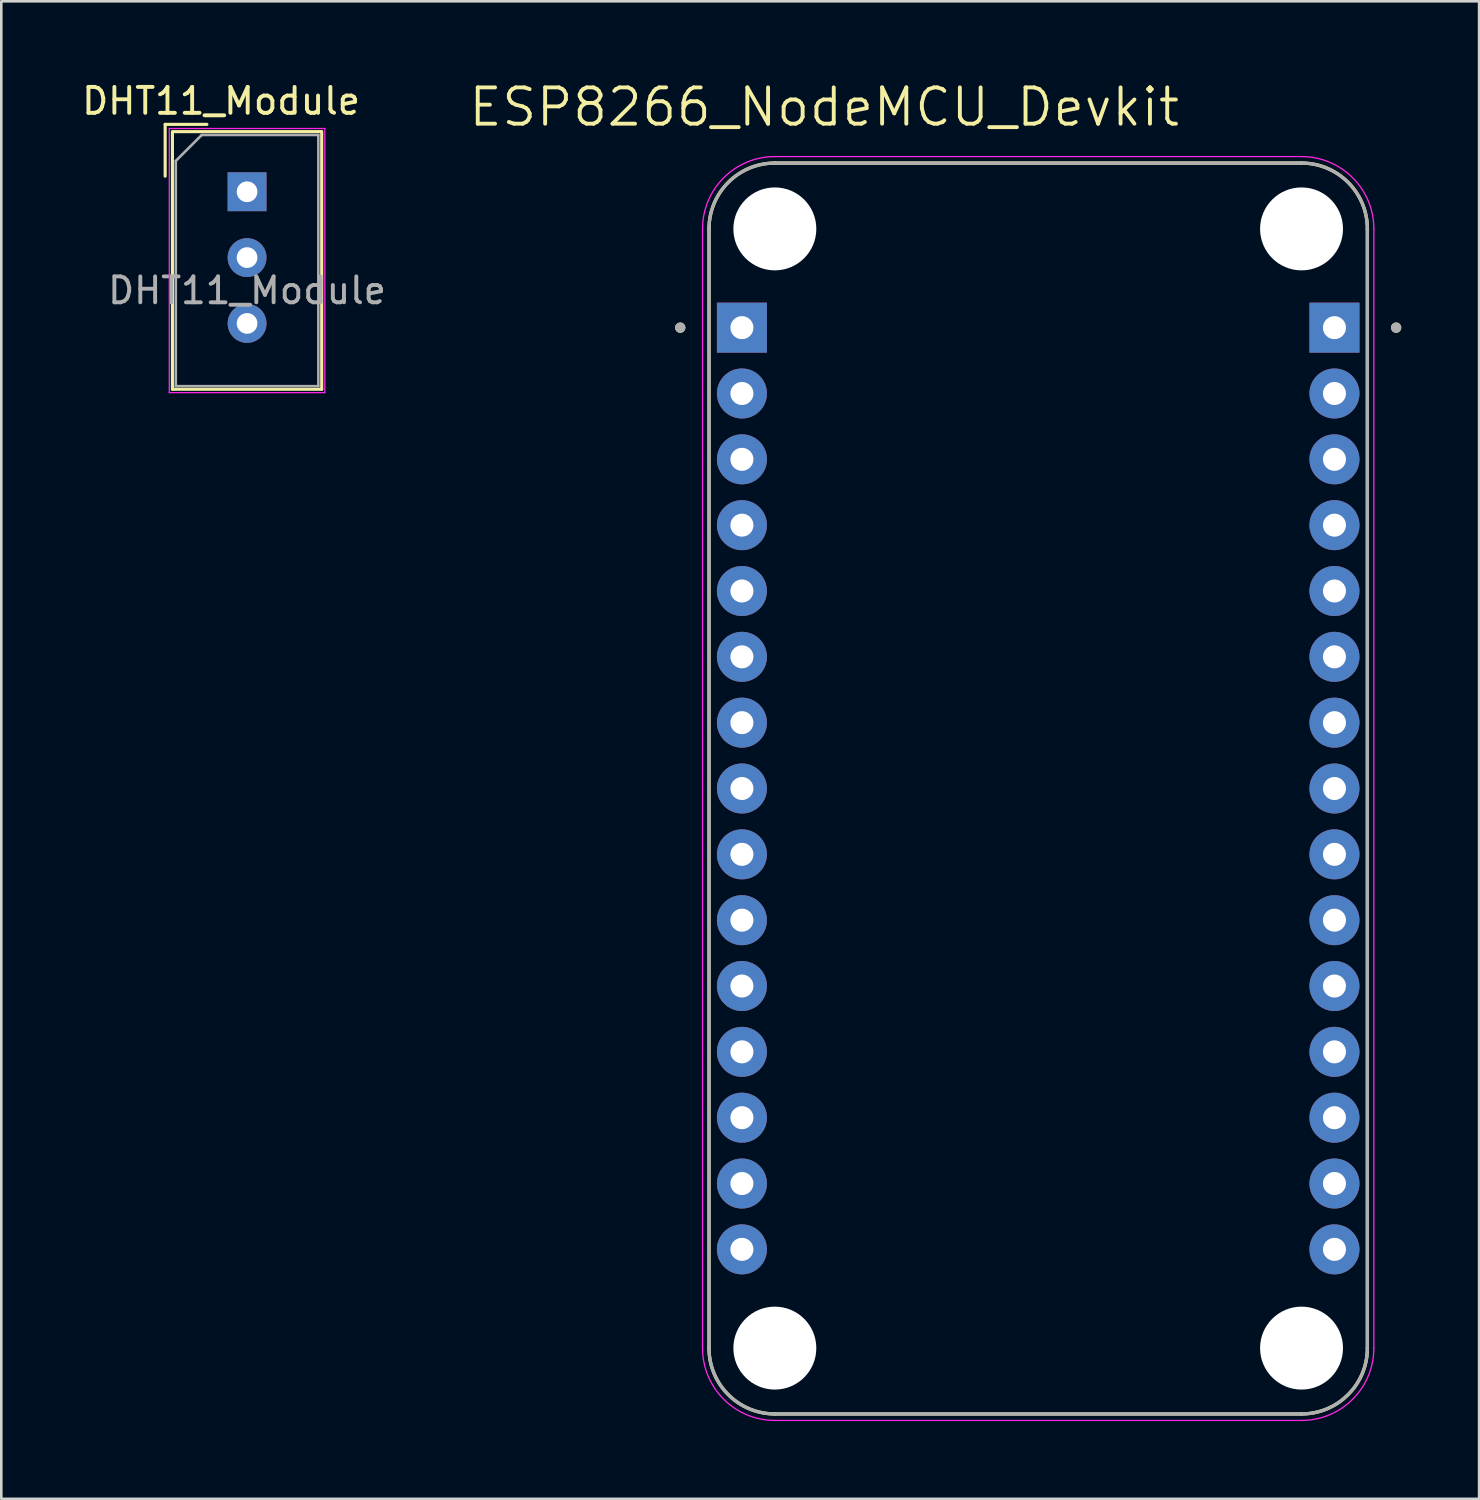
<source format=kicad_pcb>
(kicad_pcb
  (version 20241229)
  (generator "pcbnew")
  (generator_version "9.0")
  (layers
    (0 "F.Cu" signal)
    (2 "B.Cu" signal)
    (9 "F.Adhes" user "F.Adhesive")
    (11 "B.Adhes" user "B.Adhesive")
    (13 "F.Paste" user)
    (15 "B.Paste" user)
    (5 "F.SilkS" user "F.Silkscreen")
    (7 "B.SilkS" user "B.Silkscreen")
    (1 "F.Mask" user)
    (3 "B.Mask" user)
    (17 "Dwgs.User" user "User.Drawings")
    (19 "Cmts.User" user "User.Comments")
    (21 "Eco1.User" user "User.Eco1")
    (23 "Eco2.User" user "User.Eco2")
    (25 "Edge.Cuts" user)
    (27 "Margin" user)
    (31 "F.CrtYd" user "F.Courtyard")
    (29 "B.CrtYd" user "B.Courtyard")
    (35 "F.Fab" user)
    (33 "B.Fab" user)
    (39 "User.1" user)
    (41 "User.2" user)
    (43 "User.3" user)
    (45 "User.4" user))
  (footprint "ESP8266_NodeMCU_Devkit"
    (layer "F.Cu")
    (at 37.004 27.371)
    (property "Reference" "ESP8266_NodeMCU_Devkit" (at -8.255 -26.289 0) (layer "F.SilkS") (effects (font (size 1.4 1.4) (thickness 0.15))))
    (attr through_hole)
    (fp_line (start -12.7 21.59) (end -12.7 -21.59) (stroke (width 0.127) (type solid)) (layer "F.SilkS"))
    (fp_line (start -10.16 -24.13) (end 10.16 -24.13) (stroke (width 0.127) (type solid)) (layer "F.SilkS"))
    (fp_line (start 10.16 24.13) (end -10.16 24.13) (stroke (width 0.127) (type solid)) (layer "F.SilkS"))
    (fp_line (start 12.7 -21.59) (end 12.7 21.59) (stroke (width 0.127) (type solid)) (layer "F.SilkS"))
    (fp_arc (start -12.7 -21.59) (mid -11.956051 -23.386051) (end -10.16 -24.13) (stroke (width 0.127) (type solid)) (layer "F.SilkS"))
    (fp_arc (start -10.16 24.13) (mid -11.956051 23.386051) (end -12.7 21.59) (stroke (width 0.127) (type solid)) (layer "F.SilkS"))
    (fp_arc (start 10.16 -24.13) (mid 11.956051 -23.386051) (end 12.7 -21.59) (stroke (width 0.127) (type solid)) (layer "F.SilkS"))
    (fp_arc (start 12.7 21.59) (mid 11.956051 23.386051) (end 10.16 24.13) (stroke (width 0.127) (type solid)) (layer "F.SilkS"))
    (fp_circle (center -13.81 -17.78) (end -13.71 -17.78) (stroke (width 0.2) (type solid)) (fill no) (layer "F.SilkS"))
    (fp_circle (center 13.81 -17.78) (end 13.91 -17.78) (stroke (width 0.2) (type solid)) (fill no) (layer "F.SilkS"))
    (fp_line (start -12.95 21.59) (end -12.95 -21.59) (stroke (width 0.05) (type solid)) (layer "F.CrtYd"))
    (fp_line (start -10.16 -24.38) (end 10.16 -24.38) (stroke (width 0.05) (type solid)) (layer "F.CrtYd"))
    (fp_line (start 10.16 24.38) (end -10.16 24.38) (stroke (width 0.05) (type solid)) (layer "F.CrtYd"))
    (fp_line (start 12.95 -21.59) (end 12.95 21.59) (stroke (width 0.05) (type solid)) (layer "F.CrtYd"))
    (fp_arc (start -12.95 -21.59) (mid -12.132828 -23.562828) (end -10.16 -24.38) (stroke (width 0.05) (type solid)) (layer "F.CrtYd"))
    (fp_arc (start -10.16 24.38) (mid -12.132828 23.562828) (end -12.95 21.59) (stroke (width 0.05) (type solid)) (layer "F.CrtYd"))
    (fp_arc (start 10.16 -24.38) (mid 12.132828 -23.562828) (end 12.95 -21.59) (stroke (width 0.05) (type solid)) (layer "F.CrtYd"))
    (fp_arc (start 12.95 21.59) (mid 12.132828 23.562828) (end 10.16 24.38) (stroke (width 0.05) (type solid)) (layer "F.CrtYd"))
    (fp_line (start -12.7 21.59) (end -12.7 -21.59) (stroke (width 0.127) (type solid)) (layer "F.Fab"))
    (fp_line (start -10.16 -24.13) (end 10.16 -24.13) (stroke (width 0.127) (type solid)) (layer "F.Fab"))
    (fp_line (start 10.16 24.13) (end -10.16 24.13) (stroke (width 0.127) (type solid)) (layer "F.Fab"))
    (fp_line (start 12.7 -21.59) (end 12.7 21.59) (stroke (width 0.127) (type solid)) (layer "F.Fab"))
    (fp_arc (start -12.7 -21.59) (mid -11.956051 -23.386051) (end -10.16 -24.13) (stroke (width 0.127) (type solid)) (layer "F.Fab"))
    (fp_arc (start -10.16 24.13) (mid -11.956051 23.386051) (end -12.7 21.59) (stroke (width 0.127) (type solid)) (layer "F.Fab"))
    (fp_arc (start 10.16 -24.13) (mid 11.956051 -23.386051) (end 12.7 -21.59) (stroke (width 0.127) (type solid)) (layer "F.Fab"))
    (fp_arc (start 12.7 21.59) (mid 11.956051 23.386051) (end 10.16 24.13) (stroke (width 0.127) (type solid)) (layer "F.Fab"))
    (fp_circle (center -13.81 -17.78) (end -13.71 -17.78) (stroke (width 0.2) (type solid)) (fill no) (layer "F.Fab"))
    (fp_circle (center 13.81 -17.78) (end 13.91 -17.78) (stroke (width 0.2) (type solid)) (fill no) (layer "F.Fab"))
    (pad "" np_thru_hole circle (at -10.16 -21.59) (size 3.2 3.2) (drill 3.2) (layers "*.Cu" "*.Mask"))
    (pad "" np_thru_hole circle (at -10.16 21.59) (size 3.2 3.2) (drill 3.2) (layers "*.Cu" "*.Mask"))
    (pad "" np_thru_hole circle (at 10.16 -21.59) (size 3.2 3.2) (drill 3.2) (layers "*.Cu" "*.Mask"))
    (pad "" np_thru_hole circle (at 10.16 21.59) (size 3.2 3.2) (drill 3.2) (layers "*.Cu" "*.Mask"))
    (pad "J1_1" thru_hole rect (at -11.43 -17.78) (size 1.93 1.93) (drill 0.889) (layers "*.Cu" "*.Mask"))
    (pad "J1_2" thru_hole circle (at -11.43 -15.24) (size 1.93 1.93) (drill 0.889) (layers "*.Cu" "*.Mask"))
    (pad "J1_3" thru_hole circle (at -11.43 -12.7) (size 1.93 1.93) (drill 0.889) (layers "*.Cu" "*.Mask"))
    (pad "J1_4" thru_hole circle (at -11.43 -10.16) (size 1.93 1.93) (drill 0.889) (layers "*.Cu" "*.Mask"))
    (pad "J1_5" thru_hole circle (at -11.43 -7.62) (size 1.93 1.93) (drill 0.889) (layers "*.Cu" "*.Mask"))
    (pad "J1_6" thru_hole circle (at -11.43 -5.08) (size 1.93 1.93) (drill 0.889) (layers "*.Cu" "*.Mask"))
    (pad "J1_7" thru_hole circle (at -11.43 -2.54) (size 1.93 1.93) (drill 0.889) (layers "*.Cu" "*.Mask"))
    (pad "J1_8" thru_hole circle (at -11.43 0) (size 1.93 1.93) (drill 0.889) (layers "*.Cu" "*.Mask"))
    (pad "J1_9" thru_hole circle (at -11.43 2.54) (size 1.93 1.93) (drill 0.889) (layers "*.Cu" "*.Mask"))
    (pad "J1_10" thru_hole circle (at -11.43 5.08) (size 1.93 1.93) (drill 0.889) (layers "*.Cu" "*.Mask"))
    (pad "J1_11" thru_hole circle (at -11.43 7.62) (size 1.93 1.93) (drill 0.889) (layers "*.Cu" "*.Mask"))
    (pad "J1_12" thru_hole circle (at -11.43 10.16) (size 1.93 1.93) (drill 0.889) (layers "*.Cu" "*.Mask"))
    (pad "J1_13" thru_hole circle (at -11.43 12.7) (size 1.93 1.93) (drill 0.889) (layers "*.Cu" "*.Mask"))
    (pad "J1_14" thru_hole circle (at -11.43 15.24) (size 1.93 1.93) (drill 0.889) (layers "*.Cu" "*.Mask"))
    (pad "J1_15" thru_hole circle (at -11.43 17.78) (size 1.93 1.93) (drill 0.889) (layers "*.Cu" "*.Mask"))
    (pad "J2_1" thru_hole rect (at 11.43 -17.78) (size 1.93 1.93) (drill 0.889) (layers "*.Cu" "*.Mask"))
    (pad "J2_2" thru_hole circle (at 11.43 -15.24) (size 1.93 1.93) (drill 0.889) (layers "*.Cu" "*.Mask"))
    (pad "J2_3" thru_hole circle (at 11.43 -12.7) (size 1.93 1.93) (drill 0.889) (layers "*.Cu" "*.Mask"))
    (pad "J2_4" thru_hole circle (at 11.43 -10.16) (size 1.93 1.93) (drill 0.889) (layers "*.Cu" "*.Mask"))
    (pad "J2_5" thru_hole circle (at 11.43 -7.62) (size 1.93 1.93) (drill 0.889) (layers "*.Cu" "*.Mask"))
    (pad "J2_6" thru_hole circle (at 11.43 -5.08) (size 1.93 1.93) (drill 0.889) (layers "*.Cu" "*.Mask"))
    (pad "J2_7" thru_hole circle (at 11.43 -2.54) (size 1.93 1.93) (drill 0.889) (layers "*.Cu" "*.Mask"))
    (pad "J2_8" thru_hole circle (at 11.43 0) (size 1.93 1.93) (drill 0.889) (layers "*.Cu" "*.Mask"))
    (pad "J2_9" thru_hole circle (at 11.43 2.54) (size 1.93 1.93) (drill 0.889) (layers "*.Cu" "*.Mask"))
    (pad "J2_10" thru_hole circle (at 11.43 5.08) (size 1.93 1.93) (drill 0.889) (layers "*.Cu" "*.Mask"))
    (pad "J2_11" thru_hole circle (at 11.43 7.62) (size 1.93 1.93) (drill 0.889) (layers "*.Cu" "*.Mask"))
    (pad "J2_12" thru_hole circle (at 11.43 10.16) (size 1.93 1.93) (drill 0.889) (layers "*.Cu" "*.Mask"))
    (pad "J2_13" thru_hole circle (at 11.43 12.7) (size 1.93 1.93) (drill 0.889) (layers "*.Cu" "*.Mask"))
    (pad "J2_14" thru_hole circle (at 11.43 15.24) (size 1.93 1.93) (drill 0.889) (layers "*.Cu" "*.Mask"))
    (pad "J2_15" thru_hole circle (at 11.43 17.78) (size 1.93 1.93) (drill 0.889) (layers "*.Cu" "*.Mask")))
  (footprint "DHT11_Module"
    (layer "F.Cu")
    (at 6.482 4.348)
    (property "Reference" "DHT11_Module" (at -1 -3.5 0) (layer "F.SilkS") (effects (font (size 1 1) (thickness 0.15))))
    (attr through_hole)
    (fp_line (start -3.16 -2.6) (end -3.16 -0.6) (stroke (width 0.12) (type solid)) (layer "F.SilkS"))
    (fp_line (start -3.16 -2.6) (end -1.55 -2.6) (stroke (width 0.12) (type solid)) (layer "F.SilkS"))
    (fp_line (start -2.88 7.62) (end -2.88 -2.31) (stroke (width 0.12) (type solid)) (layer "F.SilkS"))
    (fp_line (start -2.87 -2.32) (end 2.87 -2.32) (stroke (width 0.12) (type solid)) (layer "F.SilkS"))
    (fp_line (start 2.88 -2.32) (end 2.88 7.62) (stroke (width 0.12) (type solid)) (layer "F.SilkS"))
    (fp_line (start 2.88 7.62) (end -2.88 7.62) (stroke (width 0.12) (type solid)) (layer "F.SilkS"))
    (fp_line (start -3 -2.44) (end 3 -2.44) (stroke (width 0.05) (type solid)) (layer "F.CrtYd"))
    (fp_line (start -3 7.75) (end -3 -2.44) (stroke (width 0.05) (type solid)) (layer "F.CrtYd"))
    (fp_line (start 3 -2.44) (end 3 7.75) (stroke (width 0.05) (type solid)) (layer "F.CrtYd"))
    (fp_line (start 3 7.75) (end -3 7.75) (stroke (width 0.05) (type solid)) (layer "F.CrtYd"))
    (fp_line (start -2.75 -1.19) (end -2.75 7.5) (stroke (width 0.1) (type solid)) (layer "F.Fab"))
    (fp_line (start -2.75 -1.19) (end -1.75 -2.19) (stroke (width 0.1) (type solid)) (layer "F.Fab"))
    (fp_line (start -1.75 -2.19) (end 2.75 -2.19) (stroke (width 0.1) (type solid)) (layer "F.Fab"))
    (fp_line (start 2.75 -2.19) (end 2.75 7.5) (stroke (width 0.1) (type solid)) (layer "F.Fab"))
    (fp_line (start 2.75 7.5) (end -2.75 7.5) (stroke (width 0.1) (type solid)) (layer "F.Fab"))
    (fp_text user "${REFERENCE}" (at 0 3.81 0) (layer "F.Fab") (effects (font (size 1 1) (thickness 0.15))))
    (pad "1" thru_hole rect (at 0 0) (size 1.5 1.5) (drill 0.8) (layers "*.Cu" "*.Mask"))
    (pad "2" thru_hole circle (at 0 2.54) (size 1.5 1.5) (drill 0.8) (layers "*.Cu" "*.Mask"))
    (pad "3" thru_hole circle (at 0 5.08) (size 1.5 1.5) (drill 0.8) (layers "*.Cu" "*.Mask")))
  (gr_rect
    (start -3 -3)
    (end 54.014 54.776)
    (stroke (width 0.1) (type default))
    (fill no)
    (layer "Edge.Cuts")))
</source>
